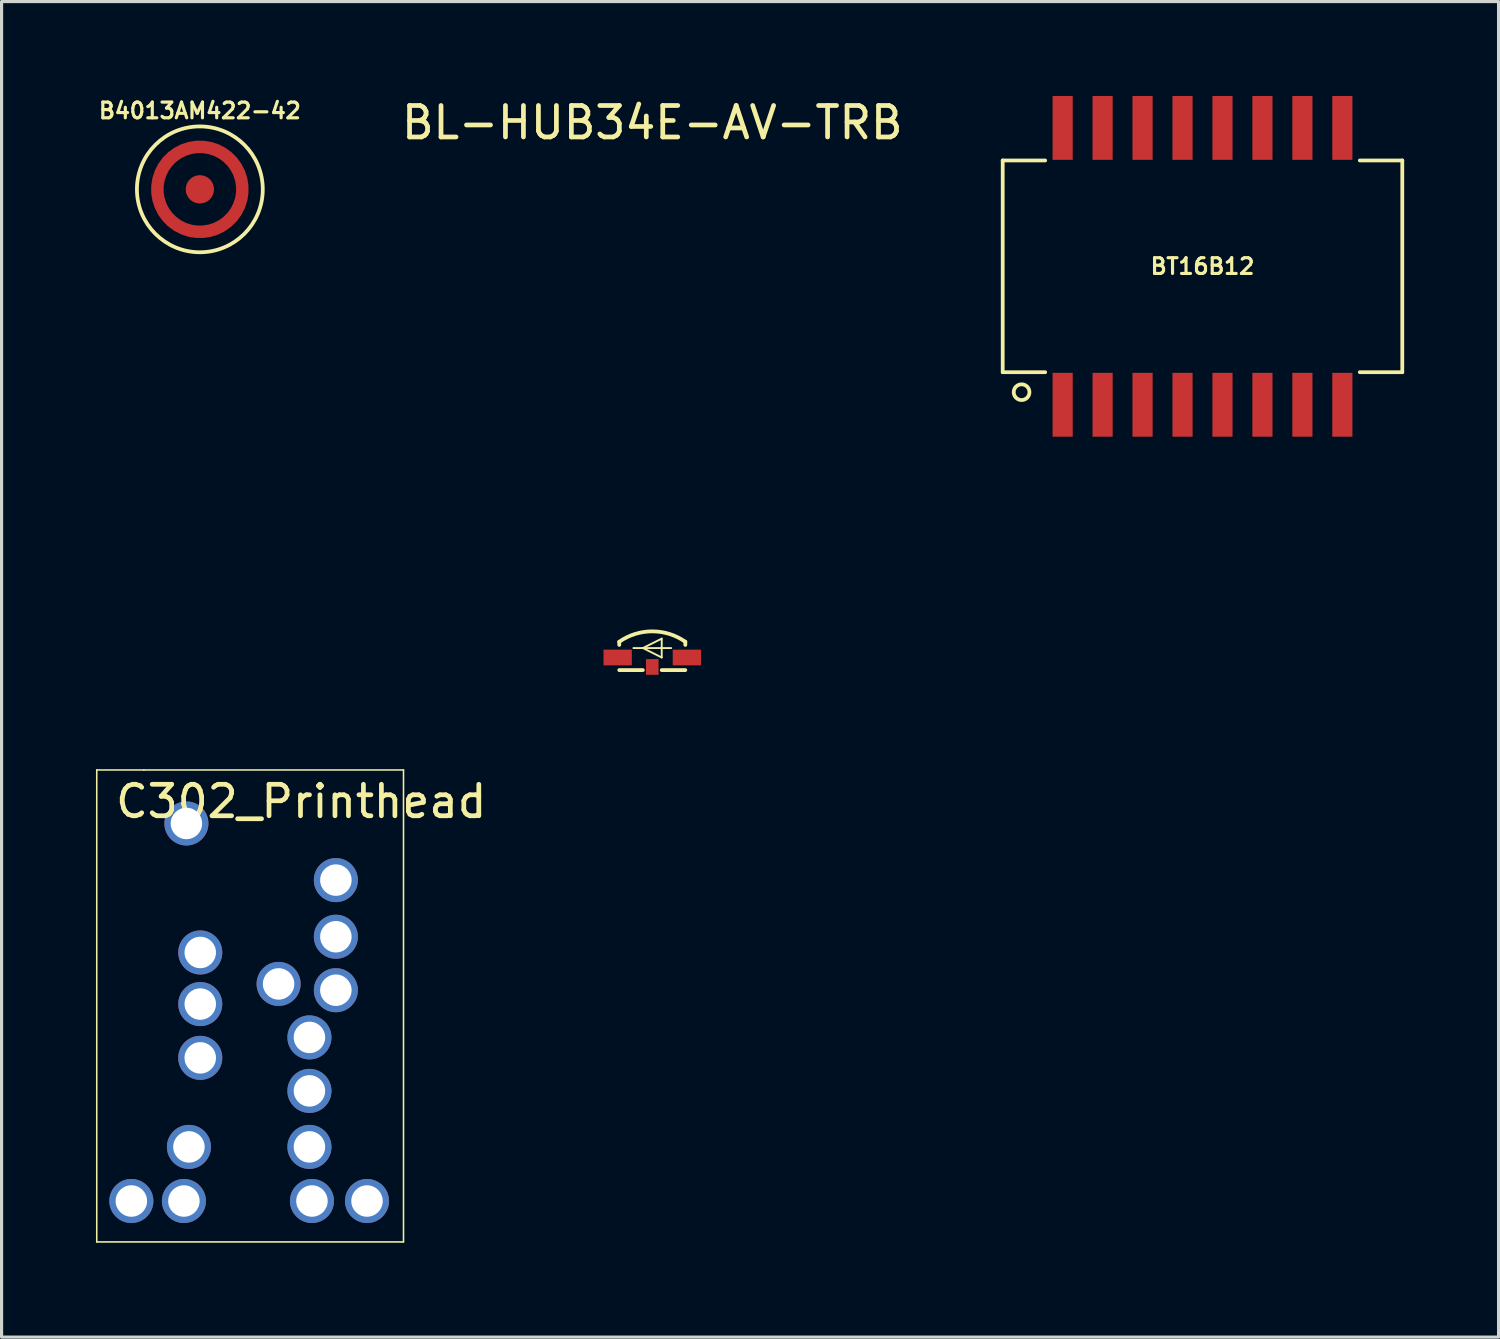
<source format=kicad_pcb>
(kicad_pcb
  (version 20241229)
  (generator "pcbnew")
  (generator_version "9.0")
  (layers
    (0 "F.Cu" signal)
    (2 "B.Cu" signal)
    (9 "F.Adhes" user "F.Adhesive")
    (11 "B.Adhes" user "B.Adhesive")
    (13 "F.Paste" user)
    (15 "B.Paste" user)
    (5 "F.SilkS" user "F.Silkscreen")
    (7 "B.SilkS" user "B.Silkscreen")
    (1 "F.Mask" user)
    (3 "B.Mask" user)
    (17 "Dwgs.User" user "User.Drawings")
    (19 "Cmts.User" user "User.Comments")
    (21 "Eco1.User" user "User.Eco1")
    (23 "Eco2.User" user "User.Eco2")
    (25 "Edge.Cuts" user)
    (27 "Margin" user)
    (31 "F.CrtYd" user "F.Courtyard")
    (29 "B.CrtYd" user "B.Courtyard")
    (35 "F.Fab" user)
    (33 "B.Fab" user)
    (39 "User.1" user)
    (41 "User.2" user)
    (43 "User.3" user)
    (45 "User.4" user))
  (footprint "C302_Printhead"
    (layer "F.Cu")
    (at 5.025 28.923)
    (property "Reference" "C302_Printhead" (at 1.5 -6.5 0) (layer "F.SilkS") (effects (font (size 1 1) (thickness 0.15))))
    (attr through_hole)
    (fp_line (start -5 -7.5) (end -5 7.5) (stroke (width 0.05) (type solid)) (layer "F.SilkS"))
    (fp_line (start -5 7.5) (end 4.75 7.5) (stroke (width 0.05) (type solid)) (layer "F.SilkS"))
    (fp_line (start -3.5 -7.5) (end -5 -7.5) (stroke (width 0.05) (type solid)) (layer "F.SilkS"))
    (fp_line (start 4.75 -7.5) (end -3.5 -7.5) (stroke (width 0.05) (type solid)) (layer "F.SilkS"))
    (fp_line (start 4.75 7.5) (end 4.75 -7.5) (stroke (width 0.05) (type solid)) (layer "F.SilkS"))
    (pad "CSYNC" thru_hole circle (at 2.6 -0.5) (size 1.4 1.4) (drill 1) (layers "*.Cu" "*.Mask"))
    (pad "D1" thru_hole circle (at -1.71 -0.06) (size 1.4 1.4) (drill 1) (layers "*.Cu" "*.Mask"))
    (pad "D2" thru_hole circle (at -2.07 4.48) (size 1.4 1.4) (drill 1) (layers "*.Cu" "*.Mask"))
    (pad "D3" thru_hole circle (at 2.6 -2.2) (size 1.4 1.4) (drill 1) (layers "*.Cu" "*.Mask"))
    (pad "DCLK" thru_hole circle (at -1.71 -1.7) (size 1.4 1.4) (drill 1) (layers "*.Cu" "*.Mask"))
    (pad "GND" thru_hole circle (at -3.9 6.2) (size 1.4 1.4) (drill 1) (layers "*.Cu" "*.Mask"))
    (pad "GND" thru_hole circle (at 3.59 6.2) (size 1.4 1.4) (drill 1) (layers "*.Cu" "*.Mask"))
    (pad "ID" thru_hole circle (at 1.84 6.2) (size 1.4 1.4) (drill 1) (layers "*.Cu" "*.Mask"))
    (pad "PWRA" thru_hole circle (at -2.23 6.2) (size 1.4 1.4) (drill 1) (layers "*.Cu" "*.Mask"))
    (pad "PWRB" thru_hole circle (at 0.78 -0.7) (size 1.4 1.4) (drill 1) (layers "*.Cu" "*.Mask"))
    (pad "S1" thru_hole circle (at 1.76 1) (size 1.4 1.4) (drill 1) (layers "*.Cu" "*.Mask"))
    (pad "S2" thru_hole circle (at 1.76 4.48) (size 1.4 1.4) (drill 1) (layers "*.Cu" "*.Mask"))
    (pad "S3" thru_hole circle (at -2.15 -5.8) (size 1.4 1.4) (drill 1) (layers "*.Cu" "*.Mask"))
    (pad "S4" thru_hole circle (at 1.76 2.7) (size 1.4 1.4) (drill 1) (layers "*.Cu" "*.Mask"))
    (pad "S5" thru_hole circle (at 2.6 -4) (size 1.4 1.4) (drill 1) (layers "*.Cu" "*.Mask"))
    (pad "TS" thru_hole circle (at -1.71 1.65) (size 1.4 1.4) (drill 1) (layers "*.Cu" "*.Mask")))
  (footprint "BT16B12"
    (layer "F.Cu")
    (at 35.17 5.415)
    (property "Reference" "BT16B12" (at 0 0 0) (layer "F.SilkS") (effects (font (size 0.5 0.5) (thickness 0.1))))
    (attr through_hole)
    (fp_line (start -6.35 -3.365) (end -6.35 3.365) (stroke (width 0.12) (type solid)) (layer "F.SilkS"))
    (fp_line (start -6.35 -3.365) (end -5 -3.365) (stroke (width 0.12) (type solid)) (layer "F.SilkS"))
    (fp_line (start -6.35 3.365) (end -5 3.365) (stroke (width 0.12) (type solid)) (layer "F.SilkS"))
    (fp_line (start 5 -3.365) (end 6.35 -3.365) (stroke (width 0.12) (type solid)) (layer "F.SilkS"))
    (fp_line (start 5 3.365) (end 6.35 3.365) (stroke (width 0.12) (type solid)) (layer "F.SilkS"))
    (fp_line (start 6.35 -3.365) (end 6.35 3.365) (stroke (width 0.12) (type solid)) (layer "F.SilkS"))
    (fp_circle (center -5.75 4) (end -5.5 4) (stroke (width 0.12) (type solid)) (fill no) (layer "F.SilkS"))
    (pad "1" smd rect (at -4.445 4.4) (size 0.64 2.03) (layers "F.Cu" "F.Mask" "F.Paste"))
    (pad "2" smd rect (at -3.175 4.4) (size 0.64 2.03) (layers "F.Cu" "F.Mask" "F.Paste"))
    (pad "3" smd rect (at -1.905 4.4) (size 0.64 2.03) (layers "F.Cu" "F.Mask" "F.Paste"))
    (pad "4" smd rect (at -0.635 4.4) (size 0.64 2.03) (layers "F.Cu" "F.Mask" "F.Paste"))
    (pad "5" smd rect (at 0.635 4.4) (size 0.64 2.03) (layers "F.Cu" "F.Mask" "F.Paste"))
    (pad "6" smd rect (at 1.905 4.4) (size 0.64 2.03) (layers "F.Cu" "F.Mask" "F.Paste"))
    (pad "7" smd rect (at 3.175 4.4) (size 0.64 2.03) (layers "F.Cu" "F.Mask" "F.Paste"))
    (pad "8" smd rect (at 4.445 4.4) (size 0.64 2.03) (layers "F.Cu" "F.Mask" "F.Paste"))
    (pad "9" smd rect (at 4.445 -4.4) (size 0.64 2.03) (layers "F.Cu" "F.Mask" "F.Paste"))
    (pad "10" smd rect (at 3.175 -4.4) (size 0.64 2.03) (layers "F.Cu" "F.Mask" "F.Paste"))
    (pad "11" smd rect (at 1.905 -4.4) (size 0.64 2.03) (layers "F.Cu" "F.Mask" "F.Paste"))
    (pad "12" smd rect (at 0.635 -4.4) (size 0.64 2.03) (layers "F.Cu" "F.Mask" "F.Paste"))
    (pad "13" smd rect (at -0.635 -4.4) (size 0.64 2.03) (layers "F.Cu" "F.Mask" "F.Paste"))
    (pad "14" smd rect (at -1.905 -4.4) (size 0.64 2.03) (layers "F.Cu" "F.Mask" "F.Paste"))
    (pad "15" smd rect (at -3.175 -4.4) (size 0.64 2.03) (layers "F.Cu" "F.Mask" "F.Paste"))
    (pad "16" smd rect (at -4.445 -4.4) (size 0.64 2.03) (layers "F.Cu" "F.Mask" "F.Paste")))
  (footprint "B4013AM422-42"
    (layer "F.Cu")
    (at 3.302 2.968)
    (property "Reference" "B4013AM422-42" (at 0 -2.5 0) (layer "F.SilkS") (effects (font (size 0.5 0.5) (thickness 0.1))))
    (attr through_hole)
    (fp_circle (center 0 0) (end 2 0) (stroke (width 0.12) (type solid)) (fill no) (layer "F.SilkS"))
    (pad "1" smd custom (at -1.35 0) (size 0.4 0.4) (layers "F.Cu" "F.Mask" "F.Paste") (options (anchor circle)) (primitives (gr_circle (center 1.35 0) (end 2.7 0) (width 0.4) (fill no))))
    (pad "2" smd circle (at 0 0) (size 0.9 0.9) (layers "F.Cu" "F.Mask" "F.Paste")))
  (footprint "BL-HUB34E-AV-TRB"
    (layer "F.Cu")
    (at 17.682 17.848)
    (property "Reference" "BL-HUB34E-AV-TRB" (at 0 -17 0) (layer "F.SilkS") (effects (font (size 1 1) (thickness 0.15))))
    (attr through_hole)
    (fp_line (start -1.05 -0.4) (end -1.05 -0.5) (stroke (width 0.12) (type solid)) (layer "F.SilkS"))
    (fp_line (start -1.05 0.4) (end -0.3 0.4) (stroke (width 0.12) (type solid)) (layer "F.SilkS"))
    (fp_line (start -0.6 -0.3) (end 0.6 -0.3) (stroke (width 0.06) (type solid)) (layer "F.SilkS"))
    (fp_line (start -0.3 -0.3) (end 0.3 -0.6) (stroke (width 0.06) (type solid)) (layer "F.SilkS"))
    (fp_line (start -0.3 -0.3) (end 0.3 0) (stroke (width 0.06) (type solid)) (layer "F.SilkS"))
    (fp_line (start 0.3 -0.6) (end 0.3 0) (stroke (width 0.06) (type solid)) (layer "F.SilkS"))
    (fp_line (start 1.05 -0.4) (end 1.05 -0.5) (stroke (width 0.12) (type solid)) (layer "F.SilkS"))
    (fp_line (start 1.05 0.4) (end 0.3 0.4) (stroke (width 0.12) (type solid)) (layer "F.SilkS"))
    (fp_arc (start -1.049999 -0.499999) (mid 0 -0.830982) (end 1.049999 -0.499999) (stroke (width 0.12) (type solid)) (layer "F.SilkS"))
    (pad "1" smd rect (at -1.1 0) (size 0.9 0.5) (layers "F.Cu" "F.Mask" "F.Paste"))
    (pad "2" smd rect (at 1.1 0) (size 0.9 0.5) (layers "F.Cu" "F.Mask" "F.Paste"))
    (pad "3" smd rect (at 0 0.3) (size 0.4 0.5) (layers "F.Cu" "F.Mask" "F.Paste")))
  (gr_rect
    (start -3 -3)
    (end 44.58 39.448)
    (stroke (width 0.1) (type default))
    (fill no)
    (layer "Edge.Cuts")))
</source>
